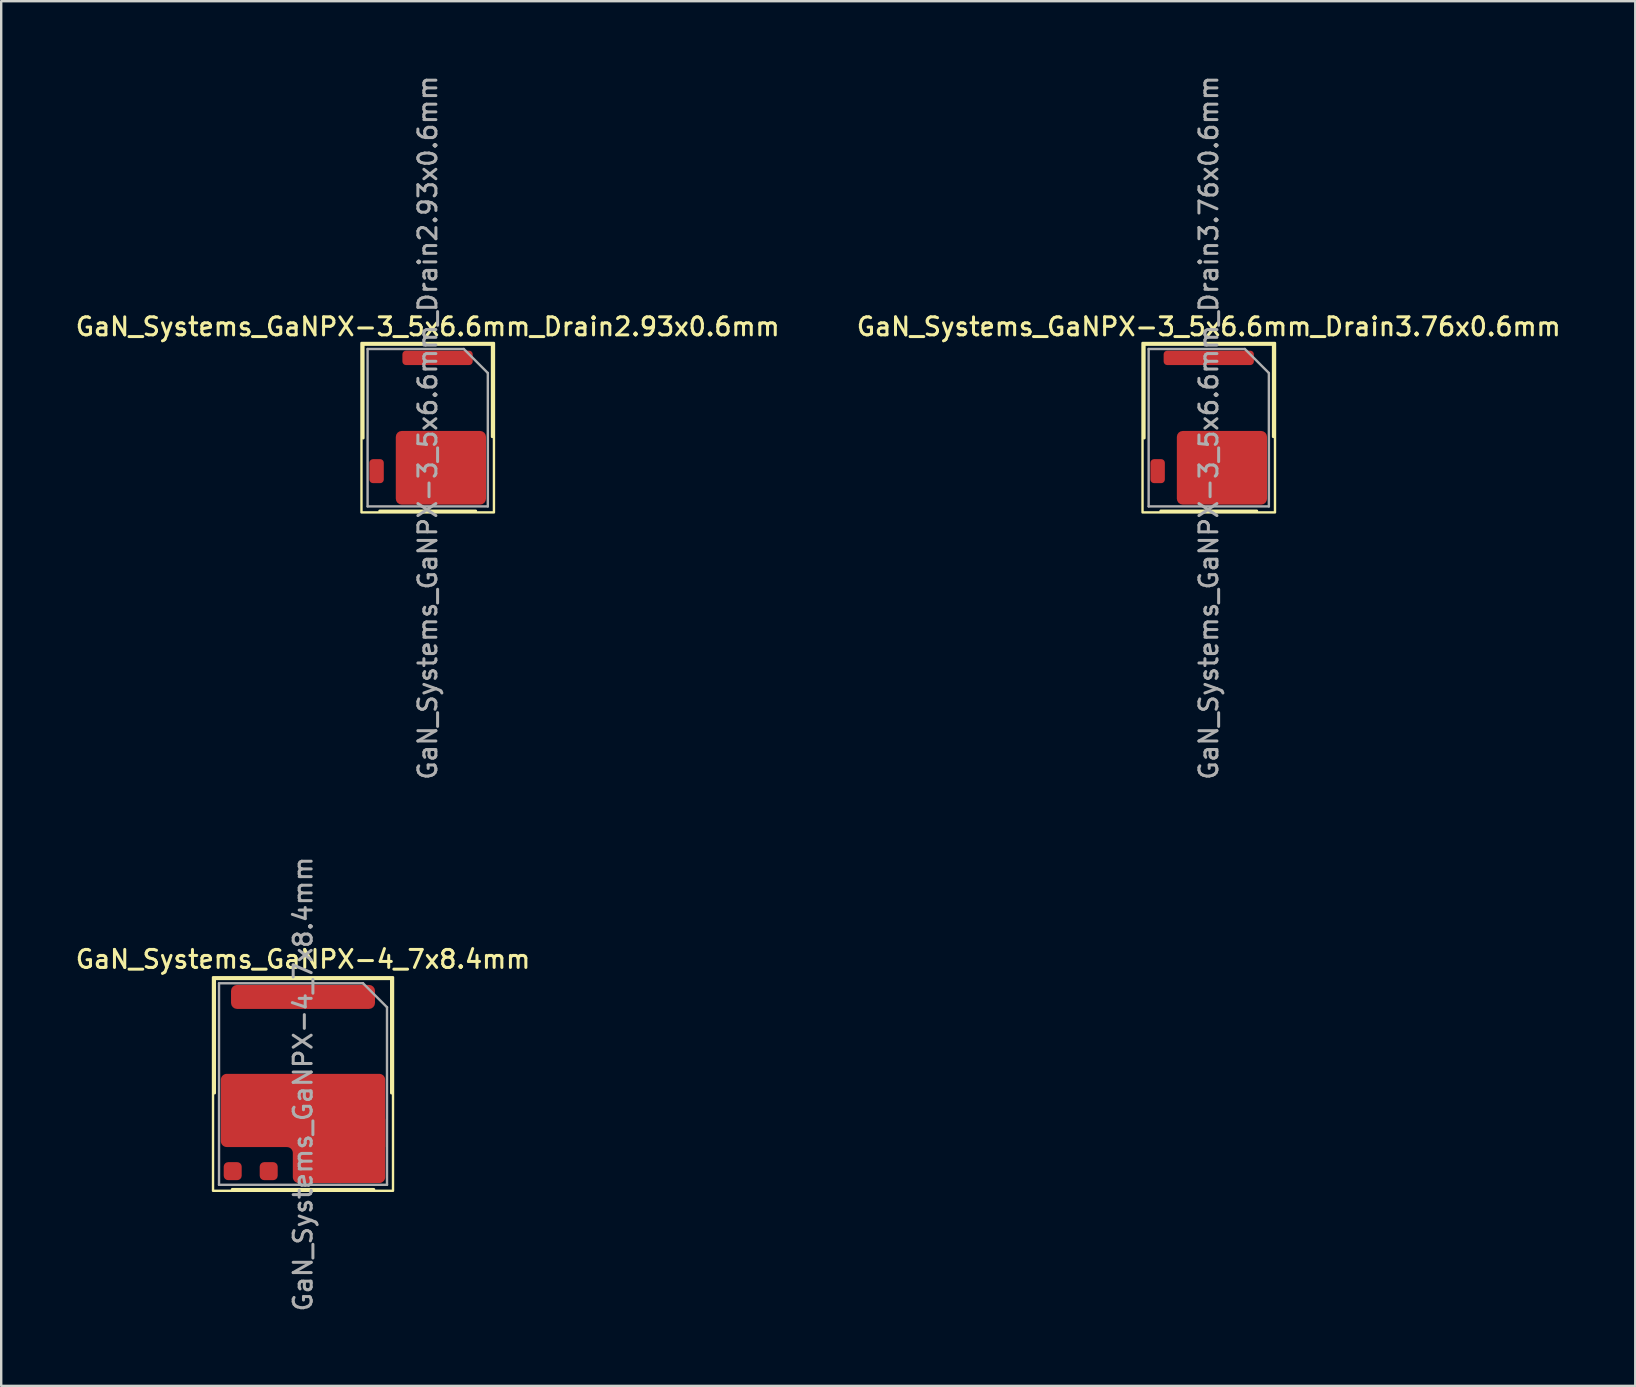
<source format=kicad_pcb>
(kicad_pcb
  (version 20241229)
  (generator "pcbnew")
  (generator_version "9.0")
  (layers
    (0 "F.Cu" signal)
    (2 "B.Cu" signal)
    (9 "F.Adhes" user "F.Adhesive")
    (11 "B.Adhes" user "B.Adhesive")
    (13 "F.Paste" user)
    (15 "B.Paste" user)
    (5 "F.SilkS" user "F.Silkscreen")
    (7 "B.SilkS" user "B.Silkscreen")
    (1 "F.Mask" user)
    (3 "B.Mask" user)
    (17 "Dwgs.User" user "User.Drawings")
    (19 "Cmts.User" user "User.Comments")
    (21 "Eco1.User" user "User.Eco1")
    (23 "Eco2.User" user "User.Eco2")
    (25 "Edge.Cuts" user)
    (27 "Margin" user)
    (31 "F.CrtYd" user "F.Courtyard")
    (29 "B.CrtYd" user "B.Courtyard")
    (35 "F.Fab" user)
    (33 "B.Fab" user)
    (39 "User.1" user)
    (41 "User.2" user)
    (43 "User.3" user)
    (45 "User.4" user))
  (footprint "GaN_Systems_GaNPX-3_5x6.6mm_Drain2.93x0.6mm"
    (layer "F.Cu")
    (at 14.773 14.773)
    (property "Reference" "GaN_Systems_GaNPX-3_5x6.6mm_Drain2.93x0.6mm" (at 0 -4.21 0) (layer "F.SilkS") (effects (font (size 0.75 0.75) (thickness 0.125))))
    (attr smd)
    (fp_line (start -2.69 -3.47) (end -2.69 0.432) (stroke (width 0.12) (type default)) (layer "F.SilkS"))
    (fp_line (start -2 3.47) (end 2 3.47) (stroke (width 0.12) (type default)) (layer "F.SilkS"))
    (fp_line (start 2.69 -3.47) (end -2.69 -3.47) (stroke (width 0.12) (type default)) (layer "F.SilkS"))
    (fp_line (start 2.69 0.375) (end 2.69 -3.47) (stroke (width 0.12) (type default)) (layer "F.SilkS"))
    (fp_rect (start -2.76 -3.53) (end 2.76 3.53) (stroke (width 0.1) (type default)) (fill no) (layer "F.SilkS"))
    (fp_line (start -2.505 -3.28) (end -2.505 3.28) (stroke (width 0.1) (type default)) (layer "F.Fab"))
    (fp_line (start -2.505 3.28) (end 2.505 3.28) (stroke (width 0.1) (type default)) (layer "F.Fab"))
    (fp_line (start 1.505 -3.28) (end -2.505 -3.28) (stroke (width 0.1) (type default)) (layer "F.Fab"))
    (fp_line (start 1.505 -3.28) (end 2.505 -2.28) (stroke (width 0.1) (type default)) (layer "F.Fab"))
    (fp_line (start 2.505 3.28) (end 2.505 -2.28) (stroke (width 0.1) (type default)) (layer "F.Fab"))
    (fp_text user "${REFERENCE}" (at 0 0 90) (layer "F.Fab") (effects (font (size 0.75 0.75) (thickness 0.125))))
    (pad "" smd roundrect (at -0.34 0.953) (size 1.58 1.235) (layers "F.Paste") (roundrect_rratio 0.202))
    (pad "" smd roundrect (at -0.34 2.388) (size 1.58 1.235) (layers "F.Paste") (roundrect_rratio 0.202))
    (pad "" smd roundrect (at 1.44 0.953) (size 1.58 1.235) (layers "F.Paste") (roundrect_rratio 0.202))
    (pad "" smd roundrect (at 1.44 2.388) (size 1.58 1.235) (layers "F.Paste") (roundrect_rratio 0.202))
    (pad "1" smd roundrect (at 0.41 -2.91) (size 2.93 0.6) (layers "F.Cu" "F.Mask" "F.Paste") (roundrect_rratio 0.25))
    (pad "2" smd roundrect (at -2.13 1.81) (size 0.6 1) (layers "F.Cu" "F.Mask" "F.Paste") (roundrect_rratio 0.25))
    (pad "3" smd roundrect (at 0.55 1.67) (size 3.76 3.07) (layers "F.Cu" "F.Mask") (roundrect_rratio 0.081)))
  (footprint "GaN_Systems_GaNPX-3_5x6.6mm_Drain3.76x0.6mm"
    (layer "F.Cu")
    (at 47.32 14.773)
    (property "Reference" "GaN_Systems_GaNPX-3_5x6.6mm_Drain3.76x0.6mm" (at 0 -4.21 0) (layer "F.SilkS") (effects (font (size 0.75 0.75) (thickness 0.125))))
    (attr smd)
    (fp_line (start -2.69 -3.47) (end -2.69 0.432) (stroke (width 0.12) (type default)) (layer "F.SilkS"))
    (fp_line (start -2 3.47) (end 2 3.47) (stroke (width 0.12) (type default)) (layer "F.SilkS"))
    (fp_line (start 2.69 -3.47) (end -2.69 -3.47) (stroke (width 0.12) (type default)) (layer "F.SilkS"))
    (fp_line (start 2.69 0.375) (end 2.69 -3.47) (stroke (width 0.12) (type default)) (layer "F.SilkS"))
    (fp_rect (start -2.76 -3.53) (end 2.76 3.53) (stroke (width 0.1) (type default)) (fill no) (layer "F.SilkS"))
    (fp_line (start -2.505 -3.28) (end -2.505 3.28) (stroke (width 0.1) (type default)) (layer "F.Fab"))
    (fp_line (start -2.505 3.28) (end 2.505 3.28) (stroke (width 0.1) (type default)) (layer "F.Fab"))
    (fp_line (start 1.505 -3.28) (end -2.505 -3.28) (stroke (width 0.1) (type default)) (layer "F.Fab"))
    (fp_line (start 1.505 -3.28) (end 2.505 -2.28) (stroke (width 0.1) (type default)) (layer "F.Fab"))
    (fp_line (start 2.505 3.28) (end 2.505 -2.28) (stroke (width 0.1) (type default)) (layer "F.Fab"))
    (fp_text user "${REFERENCE}" (at 0 0 90) (layer "F.Fab") (effects (font (size 0.75 0.75) (thickness 0.125))))
    (pad "" smd roundrect (at -0.34 0.953) (size 1.58 1.235) (layers "F.Paste") (roundrect_rratio 0.202))
    (pad "" smd roundrect (at -0.34 2.388) (size 1.58 1.235) (layers "F.Paste") (roundrect_rratio 0.202))
    (pad "" smd roundrect (at 1.44 0.953) (size 1.58 1.235) (layers "F.Paste") (roundrect_rratio 0.202))
    (pad "" smd roundrect (at 1.44 2.388) (size 1.58 1.235) (layers "F.Paste") (roundrect_rratio 0.202))
    (pad "1" smd roundrect (at 0 -2.91) (size 3.76 0.6) (layers "F.Cu" "F.Mask" "F.Paste") (roundrect_rratio 0.25))
    (pad "2" smd roundrect (at -2.13 1.81) (size 0.6 1) (layers "F.Cu" "F.Mask" "F.Paste") (roundrect_rratio 0.25))
    (pad "3" smd roundrect (at 0.55 1.67) (size 3.76 3.07) (layers "F.Cu" "F.Mask") (roundrect_rratio 0.081)))
  (footprint "GaN_Systems_GaNPX-4_7x8.4mm"
    (layer "F.Cu")
    (at 9.577 42.123)
    (property "Reference" "GaN_Systems_GaNPX-4_7x8.4mm" (at 0 -5.2 0) (layer "F.SilkS") (effects (font (size 0.75 0.75) (thickness 0.125))))
    (attr smd)
    (fp_line (start -3.685 -4.39) (end -3.685 0.375) (stroke (width 0.12) (type default)) (layer "F.SilkS"))
    (fp_line (start -2.95 4.39) (end 2.95 4.39) (stroke (width 0.12) (type default)) (layer "F.SilkS"))
    (fp_line (start 3.685 -4.39) (end -3.685 -4.39) (stroke (width 0.12) (type default)) (layer "F.SilkS"))
    (fp_line (start 3.685 0.375) (end 3.685 -4.39) (stroke (width 0.12) (type default)) (layer "F.SilkS"))
    (fp_rect (start -3.75 -4.45) (end 3.75 4.45) (stroke (width 0.1) (type default)) (fill no) (layer "F.SilkS"))
    (fp_line (start -3.5 -4.2) (end -3.5 4.2) (stroke (width 0.1) (type default)) (layer "F.Fab"))
    (fp_line (start -3.5 4.2) (end 3.5 4.2) (stroke (width 0.1) (type default)) (layer "F.Fab"))
    (fp_line (start 2.5 -4.2) (end -3.5 -4.2) (stroke (width 0.1) (type default)) (layer "F.Fab"))
    (fp_line (start 2.5 -4.2) (end 3.5 -3.2) (stroke (width 0.1) (type default)) (layer "F.Fab"))
    (fp_line (start 3.5 4.2) (end 3.5 -3.2) (stroke (width 0.1) (type default)) (layer "F.Fab"))
    (fp_text user "${REFERENCE}" (at 0 0 90) (layer "F.Fab") (effects (font (size 0.75 0.75) (thickness 0.125))))
    (pad "" smd roundrect (at -2.575 0.388) (size 1.3 1.225) (layers "F.Paste") (roundrect_rratio 0.2) (chamfer_ratio 0.2) (chamfer))
    (pad "" smd roundrect (at -2.575 1.812) (size 1.3 1.225) (layers "F.Paste") (roundrect_rratio 0.2) (chamfer_ratio 0.2) (chamfer))
    (pad "" smd roundrect (at -1.075 0.388) (size 1.3 1.225) (layers "F.Paste") (roundrect_rratio 0.2) (chamfer_ratio 0.2) (chamfer))
    (pad "" smd roundrect (at -1.075 1.812) (size 1.3 1.225) (layers "F.Paste") (roundrect_rratio 0.2) (chamfer_ratio 0.2) (chamfer))
    (pad "" smd roundrect (at 0.588 0.388) (size 1.625 1.225) (layers "F.Paste") (roundrect_rratio 0.2) (chamfer_ratio 0.2) (chamfer))
    (pad "" smd roundrect (at 0.588 1.812) (size 1.625 1.225) (layers "F.Paste") (roundrect_rratio 0.2) (chamfer_ratio 0.2) (chamfer))
    (pad "" smd roundrect (at 0.588 3.275) (size 1.625 1.3) (layers "F.Paste") (roundrect_rratio 0.2) (chamfer_ratio 0.2) (chamfer))
    (pad "" smd roundrect (at 2.413 0.388) (size 1.625 1.225) (layers "F.Paste") (roundrect_rratio 0.2) (chamfer_ratio 0.2) (chamfer))
    (pad "" smd roundrect (at 2.413 1.812) (size 1.625 1.225) (layers "F.Paste") (roundrect_rratio 0.2) (chamfer_ratio 0.2) (chamfer))
    (pad "" smd roundrect (at 2.413 3.275) (size 1.625 1.3) (layers "F.Paste") (roundrect_rratio 0.2) (chamfer_ratio 0.2) (chamfer))
    (pad "1" smd roundrect (at 0 -3.63) (size 6 1) (layers "F.Cu" "F.Mask" "F.Paste") (roundrect_rratio 0.25))
    (pad "2" smd custom (at 0 1.1) (size 3.05 3.05) (layers "F.Cu" "F.Mask") (options (anchor circle)) (primitives (gr_poly (pts (arc (start -3.425 1.275) (mid -3.351777 1.451777) (end -3.175 1.525)) (xy 3.425 1.525) (arc (start 3.425 -1.275) (mid 3.351777 -1.451777) (end 3.175 -1.525)) (arc (start -3.175 -1.525) (mid -3.351777 -1.451777) (end -3.425 -1.275))) (width 0.0001) (fill yes))))
    (pad "2" smd custom (at 1.5 3.38) (size 1.5 1.5) (layers "F.Cu" "F.Mask") (options (anchor circle)) (primitives (gr_poly (pts (arc (start 1.675 0.745) (mid 1.851777 0.671777) (end 1.925 0.495)) (xy 1.925 -1.93) (xy -2.175 -1.93) (arc (start -2.175 -0.755) (mid -1.998223 -0.681777) (end -1.925 -0.505)) (arc (start -1.925 0.495) (mid -1.851777 0.671777) (end -1.675 0.745))) (width 0.0001) (fill yes))))
    (pad "3" smd roundrect (at -2.93 3.63) (size 0.75 0.75) (layers "F.Cu" "F.Mask" "F.Paste") (roundrect_rratio 0.25))
    (pad "4" smd roundrect (at -1.43 3.63) (size 0.75 0.75) (layers "F.Cu" "F.Mask" "F.Paste") (roundrect_rratio 0.25)))
  (gr_rect
    (start -3 -3)
    (end 65.093 54.7)
    (stroke (width 0.1) (type default))
    (fill no)
    (layer "Edge.Cuts")))
</source>
